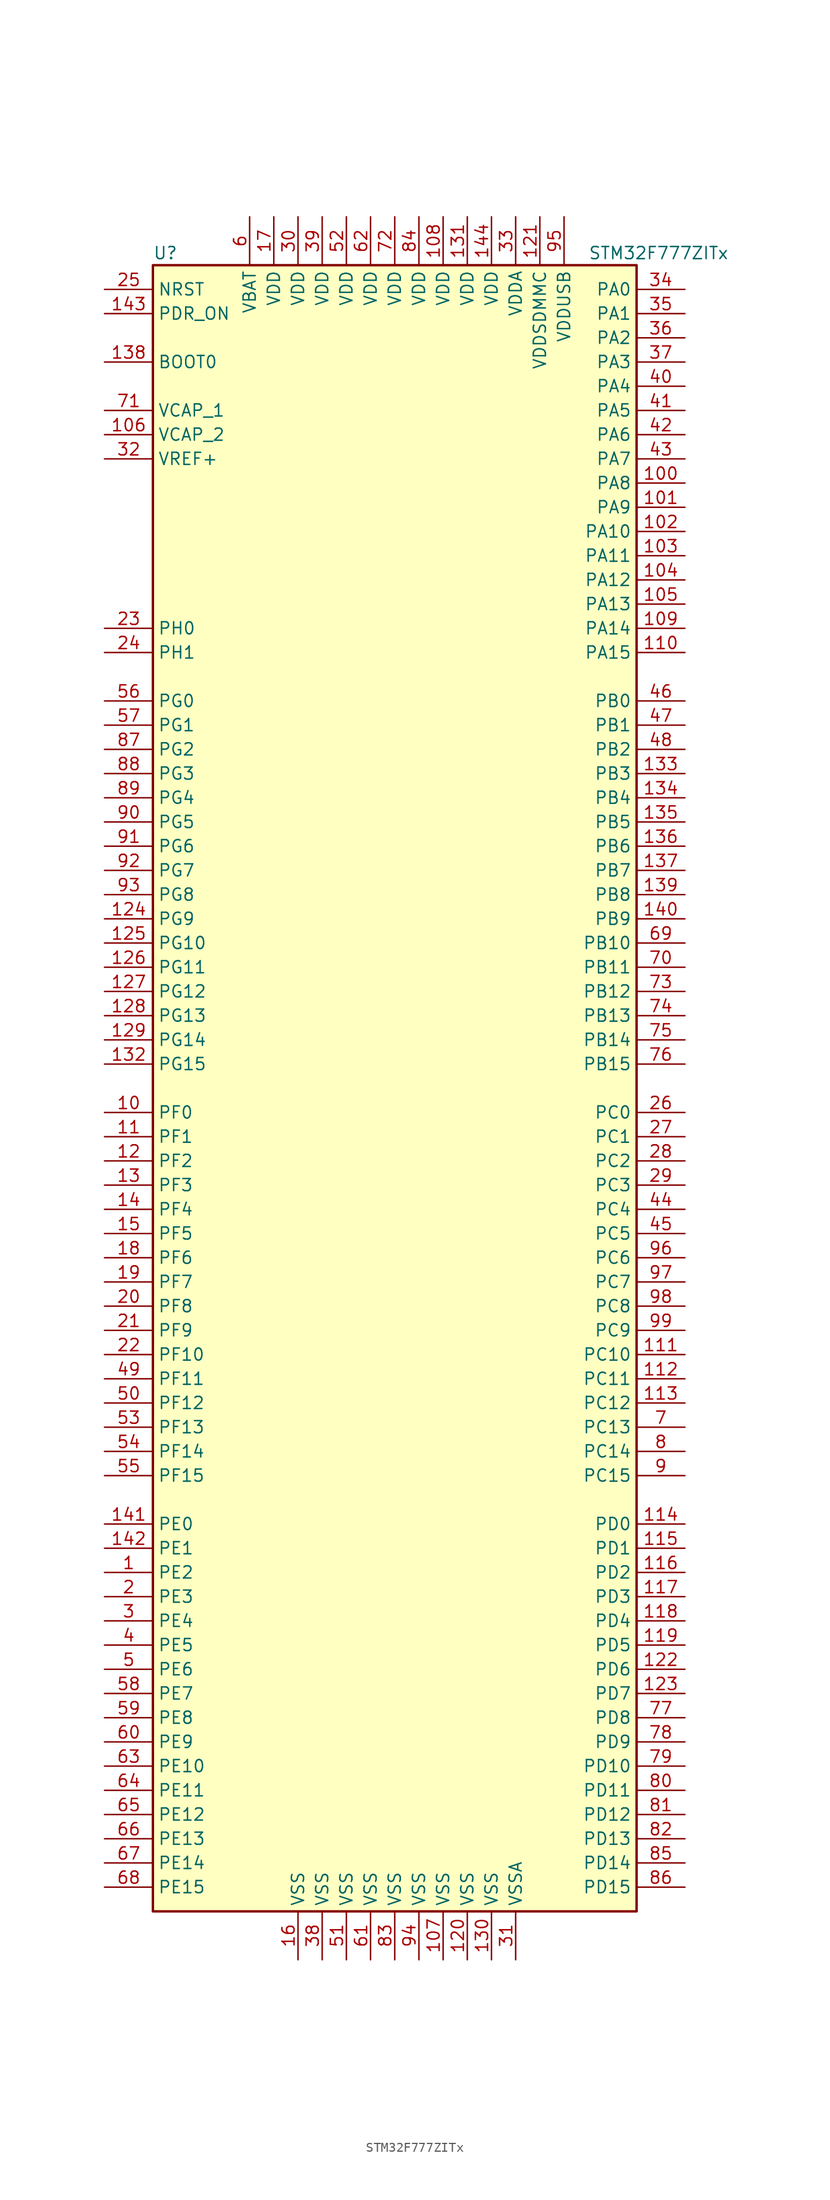
<source format=kicad_sym>
(kicad_symbol_lib
  (version 20201005)
  (generator kicad_symbol_editor)
  (symbol "STM32F777ZITx"
    (property "Reference" "U"
      (at -25.4 87.63 0)
      (effects (font (size 1.27 1.27)) (justify left)))
    (property "Value" "STM32F777ZITx"
      (at 20.32 87.63 0)
      (effects (font (size 1.27 1.27)) (justify left)))
    (symbol "STM32F777ZITx_0_1"
      (rectangle (start -25.4 -86.36) (end 25.4 86.36) (stroke (width 0.254)) (fill (type background))))
    (symbol "STM32F777ZITx_1_1"
      (pin input line (at -30.48 76.2 0) (length 5.08) (name "BOOT0" (effects (font (size 1.27 1.27)))) (number "138" (effects (font (size 1.27 1.27)))))
      (pin input line (at -30.48 83.82 0) (length 5.08) (name "NRST" (effects (font (size 1.27 1.27)))) (number "25" (effects (font (size 1.27 1.27)))))
      (pin bidirectional line (at 30.48 83.82 180) (length 5.08) (name "PA0" (effects (font (size 1.27 1.27)))) (number "34" (effects (font (size 1.27 1.27)))))
      (pin bidirectional line (at 30.48 81.28 180) (length 5.08) (name "PA1" (effects (font (size 1.27 1.27)))) (number "35" (effects (font (size 1.27 1.27)))))
      (pin bidirectional line (at 30.48 58.42 180) (length 5.08) (name "PA10" (effects (font (size 1.27 1.27)))) (number "102" (effects (font (size 1.27 1.27)))))
      (pin bidirectional line (at 30.48 55.88 180) (length 5.08) (name "PA11" (effects (font (size 1.27 1.27)))) (number "103" (effects (font (size 1.27 1.27)))))
      (pin bidirectional line (at 30.48 53.34 180) (length 5.08) (name "PA12" (effects (font (size 1.27 1.27)))) (number "104" (effects (font (size 1.27 1.27)))))
      (pin bidirectional line (at 30.48 50.8 180) (length 5.08) (name "PA13" (effects (font (size 1.27 1.27)))) (number "105" (effects (font (size 1.27 1.27)))))
      (pin bidirectional line (at 30.48 48.26 180) (length 5.08) (name "PA14" (effects (font (size 1.27 1.27)))) (number "109" (effects (font (size 1.27 1.27)))))
      (pin bidirectional line (at 30.48 45.72 180) (length 5.08) (name "PA15" (effects (font (size 1.27 1.27)))) (number "110" (effects (font (size 1.27 1.27)))))
      (pin bidirectional line (at 30.48 78.74 180) (length 5.08) (name "PA2" (effects (font (size 1.27 1.27)))) (number "36" (effects (font (size 1.27 1.27)))))
      (pin bidirectional line (at 30.48 76.2 180) (length 5.08) (name "PA3" (effects (font (size 1.27 1.27)))) (number "37" (effects (font (size 1.27 1.27)))))
      (pin bidirectional line (at 30.48 73.66 180) (length 5.08) (name "PA4" (effects (font (size 1.27 1.27)))) (number "40" (effects (font (size 1.27 1.27)))))
      (pin bidirectional line (at 30.48 71.12 180) (length 5.08) (name "PA5" (effects (font (size 1.27 1.27)))) (number "41" (effects (font (size 1.27 1.27)))))
      (pin bidirectional line (at 30.48 68.58 180) (length 5.08) (name "PA6" (effects (font (size 1.27 1.27)))) (number "42" (effects (font (size 1.27 1.27)))))
      (pin bidirectional line (at 30.48 66.04 180) (length 5.08) (name "PA7" (effects (font (size 1.27 1.27)))) (number "43" (effects (font (size 1.27 1.27)))))
      (pin bidirectional line (at 30.48 63.5 180) (length 5.08) (name "PA8" (effects (font (size 1.27 1.27)))) (number "100" (effects (font (size 1.27 1.27)))))
      (pin bidirectional line (at 30.48 60.96 180) (length 5.08) (name "PA9" (effects (font (size 1.27 1.27)))) (number "101" (effects (font (size 1.27 1.27)))))
      (pin bidirectional line (at 30.48 40.64 180) (length 5.08) (name "PB0" (effects (font (size 1.27 1.27)))) (number "46" (effects (font (size 1.27 1.27)))))
      (pin bidirectional line (at 30.48 38.1 180) (length 5.08) (name "PB1" (effects (font (size 1.27 1.27)))) (number "47" (effects (font (size 1.27 1.27)))))
      (pin bidirectional line (at 30.48 15.24 180) (length 5.08) (name "PB10" (effects (font (size 1.27 1.27)))) (number "69" (effects (font (size 1.27 1.27)))))
      (pin bidirectional line (at 30.48 12.7 180) (length 5.08) (name "PB11" (effects (font (size 1.27 1.27)))) (number "70" (effects (font (size 1.27 1.27)))))
      (pin bidirectional line (at 30.48 10.16 180) (length 5.08) (name "PB12" (effects (font (size 1.27 1.27)))) (number "73" (effects (font (size 1.27 1.27)))))
      (pin bidirectional line (at 30.48 7.62 180) (length 5.08) (name "PB13" (effects (font (size 1.27 1.27)))) (number "74" (effects (font (size 1.27 1.27)))))
      (pin bidirectional line (at 30.48 5.08 180) (length 5.08) (name "PB14" (effects (font (size 1.27 1.27)))) (number "75" (effects (font (size 1.27 1.27)))))
      (pin bidirectional line (at 30.48 2.54 180) (length 5.08) (name "PB15" (effects (font (size 1.27 1.27)))) (number "76" (effects (font (size 1.27 1.27)))))
      (pin bidirectional line (at 30.48 35.56 180) (length 5.08) (name "PB2" (effects (font (size 1.27 1.27)))) (number "48" (effects (font (size 1.27 1.27)))))
      (pin bidirectional line (at 30.48 33.02 180) (length 5.08) (name "PB3" (effects (font (size 1.27 1.27)))) (number "133" (effects (font (size 1.27 1.27)))))
      (pin bidirectional line (at 30.48 30.48 180) (length 5.08) (name "PB4" (effects (font (size 1.27 1.27)))) (number "134" (effects (font (size 1.27 1.27)))))
      (pin bidirectional line (at 30.48 27.94 180) (length 5.08) (name "PB5" (effects (font (size 1.27 1.27)))) (number "135" (effects (font (size 1.27 1.27)))))
      (pin bidirectional line (at 30.48 25.4 180) (length 5.08) (name "PB6" (effects (font (size 1.27 1.27)))) (number "136" (effects (font (size 1.27 1.27)))))
      (pin bidirectional line (at 30.48 22.86 180) (length 5.08) (name "PB7" (effects (font (size 1.27 1.27)))) (number "137" (effects (font (size 1.27 1.27)))))
      (pin bidirectional line (at 30.48 20.32 180) (length 5.08) (name "PB8" (effects (font (size 1.27 1.27)))) (number "139" (effects (font (size 1.27 1.27)))))
      (pin bidirectional line (at 30.48 17.78 180) (length 5.08) (name "PB9" (effects (font (size 1.27 1.27)))) (number "140" (effects (font (size 1.27 1.27)))))
      (pin bidirectional line (at 30.48 -2.54 180) (length 5.08) (name "PC0" (effects (font (size 1.27 1.27)))) (number "26" (effects (font (size 1.27 1.27)))))
      (pin bidirectional line (at 30.48 -5.08 180) (length 5.08) (name "PC1" (effects (font (size 1.27 1.27)))) (number "27" (effects (font (size 1.27 1.27)))))
      (pin bidirectional line (at 30.48 -27.94 180) (length 5.08) (name "PC10" (effects (font (size 1.27 1.27)))) (number "111" (effects (font (size 1.27 1.27)))))
      (pin bidirectional line (at 30.48 -30.48 180) (length 5.08) (name "PC11" (effects (font (size 1.27 1.27)))) (number "112" (effects (font (size 1.27 1.27)))))
      (pin bidirectional line (at 30.48 -33.02 180) (length 5.08) (name "PC12" (effects (font (size 1.27 1.27)))) (number "113" (effects (font (size 1.27 1.27)))))
      (pin bidirectional line (at 30.48 -35.56 180) (length 5.08) (name "PC13" (effects (font (size 1.27 1.27)))) (number "7" (effects (font (size 1.27 1.27)))))
      (pin bidirectional line (at 30.48 -38.1 180) (length 5.08) (name "PC14" (effects (font (size 1.27 1.27)))) (number "8" (effects (font (size 1.27 1.27)))))
      (pin bidirectional line (at 30.48 -40.64 180) (length 5.08) (name "PC15" (effects (font (size 1.27 1.27)))) (number "9" (effects (font (size 1.27 1.27)))))
      (pin bidirectional line (at 30.48 -7.62 180) (length 5.08) (name "PC2" (effects (font (size 1.27 1.27)))) (number "28" (effects (font (size 1.27 1.27)))))
      (pin bidirectional line (at 30.48 -10.16 180) (length 5.08) (name "PC3" (effects (font (size 1.27 1.27)))) (number "29" (effects (font (size 1.27 1.27)))))
      (pin bidirectional line (at 30.48 -12.7 180) (length 5.08) (name "PC4" (effects (font (size 1.27 1.27)))) (number "44" (effects (font (size 1.27 1.27)))))
      (pin bidirectional line (at 30.48 -15.24 180) (length 5.08) (name "PC5" (effects (font (size 1.27 1.27)))) (number "45" (effects (font (size 1.27 1.27)))))
      (pin bidirectional line (at 30.48 -17.78 180) (length 5.08) (name "PC6" (effects (font (size 1.27 1.27)))) (number "96" (effects (font (size 1.27 1.27)))))
      (pin bidirectional line (at 30.48 -20.32 180) (length 5.08) (name "PC7" (effects (font (size 1.27 1.27)))) (number "97" (effects (font (size 1.27 1.27)))))
      (pin bidirectional line (at 30.48 -22.86 180) (length 5.08) (name "PC8" (effects (font (size 1.27 1.27)))) (number "98" (effects (font (size 1.27 1.27)))))
      (pin bidirectional line (at 30.48 -25.4 180) (length 5.08) (name "PC9" (effects (font (size 1.27 1.27)))) (number "99" (effects (font (size 1.27 1.27)))))
      (pin bidirectional line (at 30.48 -45.72 180) (length 5.08) (name "PD0" (effects (font (size 1.27 1.27)))) (number "114" (effects (font (size 1.27 1.27)))))
      (pin bidirectional line (at 30.48 -48.26 180) (length 5.08) (name "PD1" (effects (font (size 1.27 1.27)))) (number "115" (effects (font (size 1.27 1.27)))))
      (pin bidirectional line (at 30.48 -71.12 180) (length 5.08) (name "PD10" (effects (font (size 1.27 1.27)))) (number "79" (effects (font (size 1.27 1.27)))))
      (pin bidirectional line (at 30.48 -73.66 180) (length 5.08) (name "PD11" (effects (font (size 1.27 1.27)))) (number "80" (effects (font (size 1.27 1.27)))))
      (pin bidirectional line (at 30.48 -76.2 180) (length 5.08) (name "PD12" (effects (font (size 1.27 1.27)))) (number "81" (effects (font (size 1.27 1.27)))))
      (pin bidirectional line (at 30.48 -78.74 180) (length 5.08) (name "PD13" (effects (font (size 1.27 1.27)))) (number "82" (effects (font (size 1.27 1.27)))))
      (pin bidirectional line (at 30.48 -81.28 180) (length 5.08) (name "PD14" (effects (font (size 1.27 1.27)))) (number "85" (effects (font (size 1.27 1.27)))))
      (pin bidirectional line (at 30.48 -83.82 180) (length 5.08) (name "PD15" (effects (font (size 1.27 1.27)))) (number "86" (effects (font (size 1.27 1.27)))))
      (pin bidirectional line (at 30.48 -50.8 180) (length 5.08) (name "PD2" (effects (font (size 1.27 1.27)))) (number "116" (effects (font (size 1.27 1.27)))))
      (pin bidirectional line (at 30.48 -53.34 180) (length 5.08) (name "PD3" (effects (font (size 1.27 1.27)))) (number "117" (effects (font (size 1.27 1.27)))))
      (pin bidirectional line (at 30.48 -55.88 180) (length 5.08) (name "PD4" (effects (font (size 1.27 1.27)))) (number "118" (effects (font (size 1.27 1.27)))))
      (pin bidirectional line (at 30.48 -58.42 180) (length 5.08) (name "PD5" (effects (font (size 1.27 1.27)))) (number "119" (effects (font (size 1.27 1.27)))))
      (pin bidirectional line (at 30.48 -60.96 180) (length 5.08) (name "PD6" (effects (font (size 1.27 1.27)))) (number "122" (effects (font (size 1.27 1.27)))))
      (pin bidirectional line (at 30.48 -63.5 180) (length 5.08) (name "PD7" (effects (font (size 1.27 1.27)))) (number "123" (effects (font (size 1.27 1.27)))))
      (pin bidirectional line (at 30.48 -66.04 180) (length 5.08) (name "PD8" (effects (font (size 1.27 1.27)))) (number "77" (effects (font (size 1.27 1.27)))))
      (pin bidirectional line (at 30.48 -68.58 180) (length 5.08) (name "PD9" (effects (font (size 1.27 1.27)))) (number "78" (effects (font (size 1.27 1.27)))))
      (pin input line (at -30.48 81.28 0) (length 5.08) (name "PDR_ON" (effects (font (size 1.27 1.27)))) (number "143" (effects (font (size 1.27 1.27)))))
      (pin bidirectional line (at -30.48 -45.72 0) (length 5.08) (name "PE0" (effects (font (size 1.27 1.27)))) (number "141" (effects (font (size 1.27 1.27)))))
      (pin bidirectional line (at -30.48 -48.26 0) (length 5.08) (name "PE1" (effects (font (size 1.27 1.27)))) (number "142" (effects (font (size 1.27 1.27)))))
      (pin bidirectional line (at -30.48 -71.12 0) (length 5.08) (name "PE10" (effects (font (size 1.27 1.27)))) (number "63" (effects (font (size 1.27 1.27)))))
      (pin bidirectional line (at -30.48 -73.66 0) (length 5.08) (name "PE11" (effects (font (size 1.27 1.27)))) (number "64" (effects (font (size 1.27 1.27)))))
      (pin bidirectional line (at -30.48 -76.2 0) (length 5.08) (name "PE12" (effects (font (size 1.27 1.27)))) (number "65" (effects (font (size 1.27 1.27)))))
      (pin bidirectional line (at -30.48 -78.74 0) (length 5.08) (name "PE13" (effects (font (size 1.27 1.27)))) (number "66" (effects (font (size 1.27 1.27)))))
      (pin bidirectional line (at -30.48 -81.28 0) (length 5.08) (name "PE14" (effects (font (size 1.27 1.27)))) (number "67" (effects (font (size 1.27 1.27)))))
      (pin bidirectional line (at -30.48 -83.82 0) (length 5.08) (name "PE15" (effects (font (size 1.27 1.27)))) (number "68" (effects (font (size 1.27 1.27)))))
      (pin bidirectional line (at -30.48 -50.8 0) (length 5.08) (name "PE2" (effects (font (size 1.27 1.27)))) (number "1" (effects (font (size 1.27 1.27)))))
      (pin bidirectional line (at -30.48 -53.34 0) (length 5.08) (name "PE3" (effects (font (size 1.27 1.27)))) (number "2" (effects (font (size 1.27 1.27)))))
      (pin bidirectional line (at -30.48 -55.88 0) (length 5.08) (name "PE4" (effects (font (size 1.27 1.27)))) (number "3" (effects (font (size 1.27 1.27)))))
      (pin bidirectional line (at -30.48 -58.42 0) (length 5.08) (name "PE5" (effects (font (size 1.27 1.27)))) (number "4" (effects (font (size 1.27 1.27)))))
      (pin bidirectional line (at -30.48 -60.96 0) (length 5.08) (name "PE6" (effects (font (size 1.27 1.27)))) (number "5" (effects (font (size 1.27 1.27)))))
      (pin bidirectional line (at -30.48 -63.5 0) (length 5.08) (name "PE7" (effects (font (size 1.27 1.27)))) (number "58" (effects (font (size 1.27 1.27)))))
      (pin bidirectional line (at -30.48 -66.04 0) (length 5.08) (name "PE8" (effects (font (size 1.27 1.27)))) (number "59" (effects (font (size 1.27 1.27)))))
      (pin bidirectional line (at -30.48 -68.58 0) (length 5.08) (name "PE9" (effects (font (size 1.27 1.27)))) (number "60" (effects (font (size 1.27 1.27)))))
      (pin bidirectional line (at -30.48 -2.54 0) (length 5.08) (name "PF0" (effects (font (size 1.27 1.27)))) (number "10" (effects (font (size 1.27 1.27)))))
      (pin bidirectional line (at -30.48 -5.08 0) (length 5.08) (name "PF1" (effects (font (size 1.27 1.27)))) (number "11" (effects (font (size 1.27 1.27)))))
      (pin bidirectional line (at -30.48 -27.94 0) (length 5.08) (name "PF10" (effects (font (size 1.27 1.27)))) (number "22" (effects (font (size 1.27 1.27)))))
      (pin bidirectional line (at -30.48 -30.48 0) (length 5.08) (name "PF11" (effects (font (size 1.27 1.27)))) (number "49" (effects (font (size 1.27 1.27)))))
      (pin bidirectional line (at -30.48 -33.02 0) (length 5.08) (name "PF12" (effects (font (size 1.27 1.27)))) (number "50" (effects (font (size 1.27 1.27)))))
      (pin bidirectional line (at -30.48 -35.56 0) (length 5.08) (name "PF13" (effects (font (size 1.27 1.27)))) (number "53" (effects (font (size 1.27 1.27)))))
      (pin bidirectional line (at -30.48 -38.1 0) (length 5.08) (name "PF14" (effects (font (size 1.27 1.27)))) (number "54" (effects (font (size 1.27 1.27)))))
      (pin bidirectional line (at -30.48 -40.64 0) (length 5.08) (name "PF15" (effects (font (size 1.27 1.27)))) (number "55" (effects (font (size 1.27 1.27)))))
      (pin bidirectional line (at -30.48 -7.62 0) (length 5.08) (name "PF2" (effects (font (size 1.27 1.27)))) (number "12" (effects (font (size 1.27 1.27)))))
      (pin bidirectional line (at -30.48 -10.16 0) (length 5.08) (name "PF3" (effects (font (size 1.27 1.27)))) (number "13" (effects (font (size 1.27 1.27)))))
      (pin bidirectional line (at -30.48 -12.7 0) (length 5.08) (name "PF4" (effects (font (size 1.27 1.27)))) (number "14" (effects (font (size 1.27 1.27)))))
      (pin bidirectional line (at -30.48 -15.24 0) (length 5.08) (name "PF5" (effects (font (size 1.27 1.27)))) (number "15" (effects (font (size 1.27 1.27)))))
      (pin bidirectional line (at -30.48 -17.78 0) (length 5.08) (name "PF6" (effects (font (size 1.27 1.27)))) (number "18" (effects (font (size 1.27 1.27)))))
      (pin bidirectional line (at -30.48 -20.32 0) (length 5.08) (name "PF7" (effects (font (size 1.27 1.27)))) (number "19" (effects (font (size 1.27 1.27)))))
      (pin bidirectional line (at -30.48 -22.86 0) (length 5.08) (name "PF8" (effects (font (size 1.27 1.27)))) (number "20" (effects (font (size 1.27 1.27)))))
      (pin bidirectional line (at -30.48 -25.4 0) (length 5.08) (name "PF9" (effects (font (size 1.27 1.27)))) (number "21" (effects (font (size 1.27 1.27)))))
      (pin bidirectional line (at -30.48 40.64 0) (length 5.08) (name "PG0" (effects (font (size 1.27 1.27)))) (number "56" (effects (font (size 1.27 1.27)))))
      (pin bidirectional line (at -30.48 38.1 0) (length 5.08) (name "PG1" (effects (font (size 1.27 1.27)))) (number "57" (effects (font (size 1.27 1.27)))))
      (pin bidirectional line (at -30.48 15.24 0) (length 5.08) (name "PG10" (effects (font (size 1.27 1.27)))) (number "125" (effects (font (size 1.27 1.27)))))
      (pin bidirectional line (at -30.48 12.7 0) (length 5.08) (name "PG11" (effects (font (size 1.27 1.27)))) (number "126" (effects (font (size 1.27 1.27)))))
      (pin bidirectional line (at -30.48 10.16 0) (length 5.08) (name "PG12" (effects (font (size 1.27 1.27)))) (number "127" (effects (font (size 1.27 1.27)))))
      (pin bidirectional line (at -30.48 7.62 0) (length 5.08) (name "PG13" (effects (font (size 1.27 1.27)))) (number "128" (effects (font (size 1.27 1.27)))))
      (pin bidirectional line (at -30.48 5.08 0) (length 5.08) (name "PG14" (effects (font (size 1.27 1.27)))) (number "129" (effects (font (size 1.27 1.27)))))
      (pin bidirectional line (at -30.48 2.54 0) (length 5.08) (name "PG15" (effects (font (size 1.27 1.27)))) (number "132" (effects (font (size 1.27 1.27)))))
      (pin bidirectional line (at -30.48 35.56 0) (length 5.08) (name "PG2" (effects (font (size 1.27 1.27)))) (number "87" (effects (font (size 1.27 1.27)))))
      (pin bidirectional line (at -30.48 33.02 0) (length 5.08) (name "PG3" (effects (font (size 1.27 1.27)))) (number "88" (effects (font (size 1.27 1.27)))))
      (pin bidirectional line (at -30.48 30.48 0) (length 5.08) (name "PG4" (effects (font (size 1.27 1.27)))) (number "89" (effects (font (size 1.27 1.27)))))
      (pin bidirectional line (at -30.48 27.94 0) (length 5.08) (name "PG5" (effects (font (size 1.27 1.27)))) (number "90" (effects (font (size 1.27 1.27)))))
      (pin bidirectional line (at -30.48 25.4 0) (length 5.08) (name "PG6" (effects (font (size 1.27 1.27)))) (number "91" (effects (font (size 1.27 1.27)))))
      (pin bidirectional line (at -30.48 22.86 0) (length 5.08) (name "PG7" (effects (font (size 1.27 1.27)))) (number "92" (effects (font (size 1.27 1.27)))))
      (pin bidirectional line (at -30.48 20.32 0) (length 5.08) (name "PG8" (effects (font (size 1.27 1.27)))) (number "93" (effects (font (size 1.27 1.27)))))
      (pin bidirectional line (at -30.48 17.78 0) (length 5.08) (name "PG9" (effects (font (size 1.27 1.27)))) (number "124" (effects (font (size 1.27 1.27)))))
      (pin input line (at -30.48 48.26 0) (length 5.08) (name "PH0" (effects (font (size 1.27 1.27)))) (number "23" (effects (font (size 1.27 1.27)))))
      (pin input line (at -30.48 45.72 0) (length 5.08) (name "PH1" (effects (font (size 1.27 1.27)))) (number "24" (effects (font (size 1.27 1.27)))))
      (pin power_in line (at -15.24 91.44 270) (length 5.08) (name "VBAT" (effects (font (size 1.27 1.27)))) (number "6" (effects (font (size 1.27 1.27)))))
      (pin power_in line (at -30.48 71.12 0) (length 5.08) (name "VCAP_1" (effects (font (size 1.27 1.27)))) (number "71" (effects (font (size 1.27 1.27)))))
      (pin power_in line (at -30.48 68.58 0) (length 5.08) (name "VCAP_2" (effects (font (size 1.27 1.27)))) (number "106" (effects (font (size 1.27 1.27)))))
      (pin power_in line (at 5.08 91.44 270) (length 5.08) (name "VDD" (effects (font (size 1.27 1.27)))) (number "108" (effects (font (size 1.27 1.27)))))
      (pin power_in line (at 7.62 91.44 270) (length 5.08) (name "VDD" (effects (font (size 1.27 1.27)))) (number "131" (effects (font (size 1.27 1.27)))))
      (pin power_in line (at 10.16 91.44 270) (length 5.08) (name "VDD" (effects (font (size 1.27 1.27)))) (number "144" (effects (font (size 1.27 1.27)))))
      (pin power_in line (at -12.7 91.44 270) (length 5.08) (name "VDD" (effects (font (size 1.27 1.27)))) (number "17" (effects (font (size 1.27 1.27)))))
      (pin power_in line (at -10.16 91.44 270) (length 5.08) (name "VDD" (effects (font (size 1.27 1.27)))) (number "30" (effects (font (size 1.27 1.27)))))
      (pin power_in line (at -7.62 91.44 270) (length 5.08) (name "VDD" (effects (font (size 1.27 1.27)))) (number "39" (effects (font (size 1.27 1.27)))))
      (pin power_in line (at -5.08 91.44 270) (length 5.08) (name "VDD" (effects (font (size 1.27 1.27)))) (number "52" (effects (font (size 1.27 1.27)))))
      (pin power_in line (at -2.54 91.44 270) (length 5.08) (name "VDD" (effects (font (size 1.27 1.27)))) (number "62" (effects (font (size 1.27 1.27)))))
      (pin power_in line (at 0 91.44 270) (length 5.08) (name "VDD" (effects (font (size 1.27 1.27)))) (number "72" (effects (font (size 1.27 1.27)))))
      (pin power_in line (at 2.54 91.44 270) (length 5.08) (name "VDD" (effects (font (size 1.27 1.27)))) (number "84" (effects (font (size 1.27 1.27)))))
      (pin power_in line (at 12.7 91.44 270) (length 5.08) (name "VDDA" (effects (font (size 1.27 1.27)))) (number "33" (effects (font (size 1.27 1.27)))))
      (pin power_in line (at 15.24 91.44 270) (length 5.08) (name "VDDSDMMC" (effects (font (size 1.27 1.27)))) (number "121" (effects (font (size 1.27 1.27)))))
      (pin power_in line (at 17.78 91.44 270) (length 5.08) (name "VDDUSB" (effects (font (size 1.27 1.27)))) (number "95" (effects (font (size 1.27 1.27)))))
      (pin power_in line (at -30.48 66.04 0) (length 5.08) (name "VREF+" (effects (font (size 1.27 1.27)))) (number "32" (effects (font (size 1.27 1.27)))))
      (pin power_in line (at 5.08 -91.44 90) (length 5.08) (name "VSS" (effects (font (size 1.27 1.27)))) (number "107" (effects (font (size 1.27 1.27)))))
      (pin power_in line (at 7.62 -91.44 90) (length 5.08) (name "VSS" (effects (font (size 1.27 1.27)))) (number "120" (effects (font (size 1.27 1.27)))))
      (pin power_in line (at 10.16 -91.44 90) (length 5.08) (name "VSS" (effects (font (size 1.27 1.27)))) (number "130" (effects (font (size 1.27 1.27)))))
      (pin power_in line (at -10.16 -91.44 90) (length 5.08) (name "VSS" (effects (font (size 1.27 1.27)))) (number "16" (effects (font (size 1.27 1.27)))))
      (pin power_in line (at -7.62 -91.44 90) (length 5.08) (name "VSS" (effects (font (size 1.27 1.27)))) (number "38" (effects (font (size 1.27 1.27)))))
      (pin power_in line (at -5.08 -91.44 90) (length 5.08) (name "VSS" (effects (font (size 1.27 1.27)))) (number "51" (effects (font (size 1.27 1.27)))))
      (pin power_in line (at -2.54 -91.44 90) (length 5.08) (name "VSS" (effects (font (size 1.27 1.27)))) (number "61" (effects (font (size 1.27 1.27)))))
      (pin power_in line (at 0 -91.44 90) (length 5.08) (name "VSS" (effects (font (size 1.27 1.27)))) (number "83" (effects (font (size 1.27 1.27)))))
      (pin power_in line (at 2.54 -91.44 90) (length 5.08) (name "VSS" (effects (font (size 1.27 1.27)))) (number "94" (effects (font (size 1.27 1.27)))))
      (pin power_in line (at 12.7 -91.44 90) (length 5.08) (name "VSSA" (effects (font (size 1.27 1.27)))) (number "31" (effects (font (size 1.27 1.27))))))))
</source>
